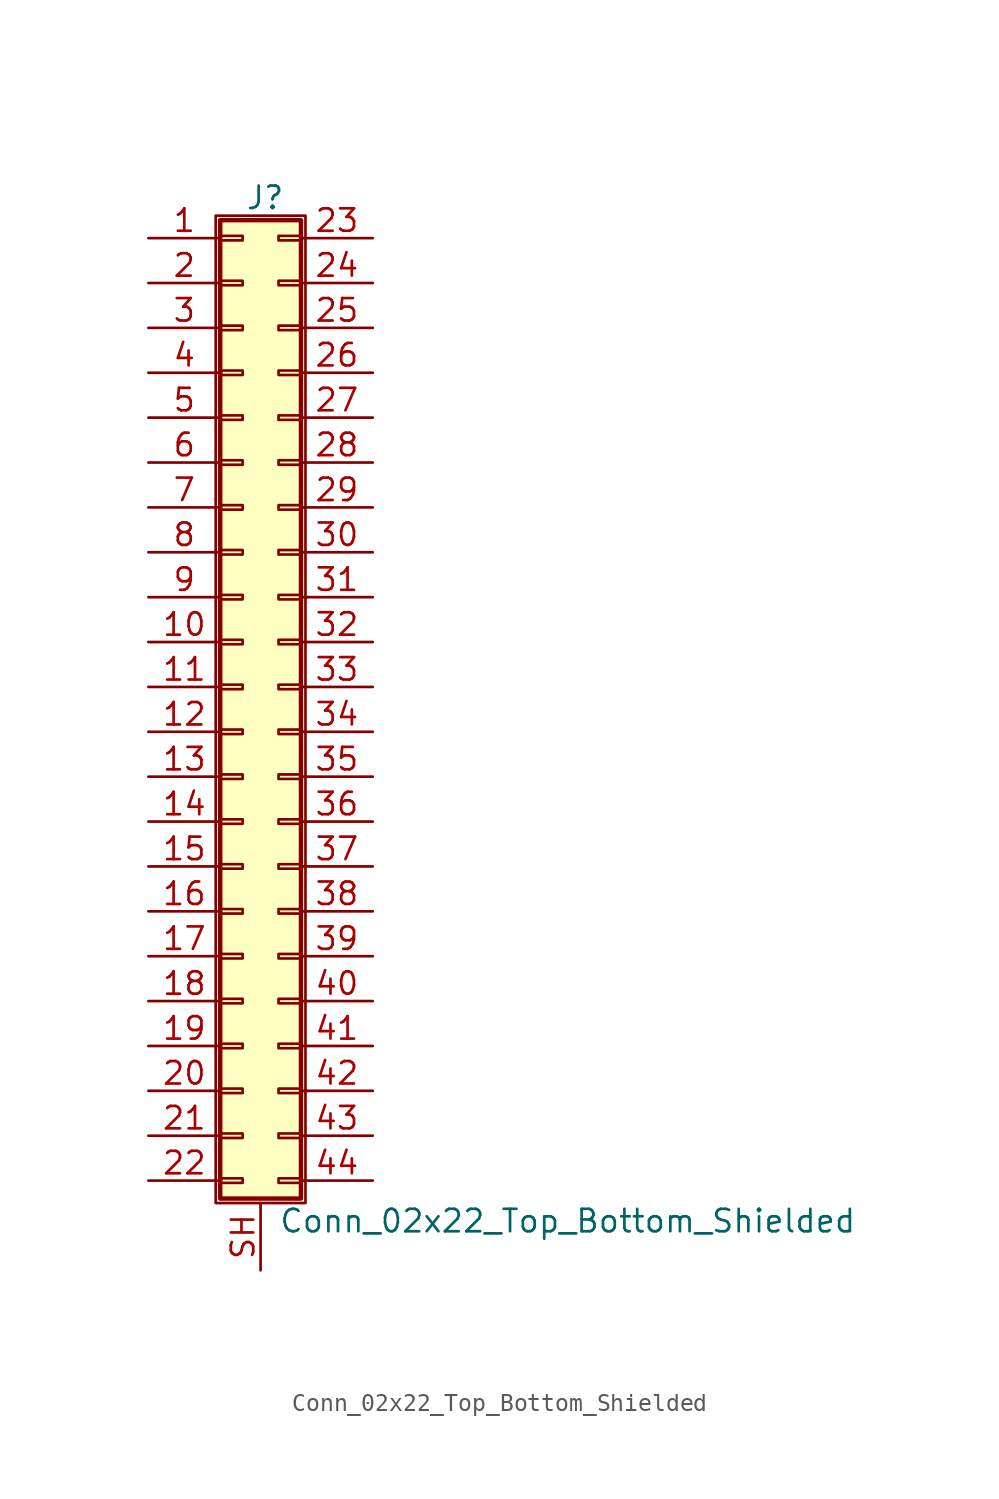
<source format=kicad_sym>
(kicad_symbol_lib
  (version 20211014)
  (generator kicad_symbol_editor)
  (symbol "Conn_02x22_Top_Bottom_Shielded"
    (pin_names
      (offset 1.016) hide)
    (property "Reference" "J"
      (at 1.524 27.686 0)
      (effects (font (size 1.27 1.27))))
    (property "Value" "Conn_02x22_Top_Bottom_Shielded"
      (at 2.286 -30.226 0)
      (effects (font (size 1.27 1.27)) (justify left)))
    (symbol "Conn_02x22_Top_Bottom_Shielded_1_1"
      (rectangle (start -1.27 26.67) (end 3.81 -29.21) (stroke (width 0.152) (type default) (color 0 0 0 0)) (fill (type none)))
      (rectangle (start -1.016 -27.813) (end 0.254 -28.067) (stroke (width 0.152) (type default) (color 0 0 0 0)) (fill (type none)))
      (rectangle (start -1.016 -25.273) (end 0.254 -25.527) (stroke (width 0.152) (type default) (color 0 0 0 0)) (fill (type none)))
      (rectangle (start -1.016 -22.733) (end 0.254 -22.987) (stroke (width 0.152) (type default) (color 0 0 0 0)) (fill (type none)))
      (rectangle (start -1.016 -20.193) (end 0.254 -20.447) (stroke (width 0.152) (type default) (color 0 0 0 0)) (fill (type none)))
      (rectangle (start -1.016 -17.653) (end 0.254 -17.907) (stroke (width 0.152) (type default) (color 0 0 0 0)) (fill (type none)))
      (rectangle (start -1.016 -15.113) (end 0.254 -15.367) (stroke (width 0.152) (type default) (color 0 0 0 0)) (fill (type none)))
      (rectangle (start -1.016 -12.573) (end 0.254 -12.827) (stroke (width 0.152) (type default) (color 0 0 0 0)) (fill (type none)))
      (rectangle (start -1.016 -10.033) (end 0.254 -10.287) (stroke (width 0.152) (type default) (color 0 0 0 0)) (fill (type none)))
      (rectangle (start -1.016 -7.493) (end 0.254 -7.747) (stroke (width 0.152) (type default) (color 0 0 0 0)) (fill (type none)))
      (rectangle (start -1.016 -4.953) (end 0.254 -5.207) (stroke (width 0.152) (type default) (color 0 0 0 0)) (fill (type none)))
      (rectangle (start -1.016 -2.413) (end 0.254 -2.667) (stroke (width 0.152) (type default) (color 0 0 0 0)) (fill (type none)))
      (rectangle (start -1.016 0.127) (end 0.254 -0.127) (stroke (width 0.152) (type default) (color 0 0 0 0)) (fill (type none)))
      (rectangle (start -1.016 2.667) (end 0.254 2.413) (stroke (width 0.152) (type default) (color 0 0 0 0)) (fill (type none)))
      (rectangle (start -1.016 5.207) (end 0.254 4.953) (stroke (width 0.152) (type default) (color 0 0 0 0)) (fill (type none)))
      (rectangle (start -1.016 7.747) (end 0.254 7.493) (stroke (width 0.152) (type default) (color 0 0 0 0)) (fill (type none)))
      (rectangle (start -1.016 10.287) (end 0.254 10.033) (stroke (width 0.152) (type default) (color 0 0 0 0)) (fill (type none)))
      (rectangle (start -1.016 12.827) (end 0.254 12.573) (stroke (width 0.152) (type default) (color 0 0 0 0)) (fill (type none)))
      (rectangle (start -1.016 15.367) (end 0.254 15.113) (stroke (width 0.152) (type default) (color 0 0 0 0)) (fill (type none)))
      (rectangle (start -1.016 17.907) (end 0.254 17.653) (stroke (width 0.152) (type default) (color 0 0 0 0)) (fill (type none)))
      (rectangle (start -1.016 20.447) (end 0.254 20.193) (stroke (width 0.152) (type default) (color 0 0 0 0)) (fill (type none)))
      (rectangle (start -1.016 22.987) (end 0.254 22.733) (stroke (width 0.152) (type default) (color 0 0 0 0)) (fill (type none)))
      (rectangle (start -1.016 25.527) (end 0.254 25.273) (stroke (width 0.152) (type default) (color 0 0 0 0)) (fill (type none)))
      (rectangle (start -1.016 26.416) (end 3.556 -28.956) (stroke (width 0.254) (type default) (color 0 0 0 0)) (fill (type background)))
      (rectangle (start 3.556 -27.813) (end 2.286 -28.067) (stroke (width 0.152) (type default) (color 0 0 0 0)) (fill (type none)))
      (rectangle (start 3.556 -25.273) (end 2.286 -25.527) (stroke (width 0.152) (type default) (color 0 0 0 0)) (fill (type none)))
      (rectangle (start 3.556 -22.733) (end 2.286 -22.987) (stroke (width 0.152) (type default) (color 0 0 0 0)) (fill (type none)))
      (rectangle (start 3.556 -20.193) (end 2.286 -20.447) (stroke (width 0.152) (type default) (color 0 0 0 0)) (fill (type none)))
      (rectangle (start 3.556 -17.653) (end 2.286 -17.907) (stroke (width 0.152) (type default) (color 0 0 0 0)) (fill (type none)))
      (rectangle (start 3.556 -15.113) (end 2.286 -15.367) (stroke (width 0.152) (type default) (color 0 0 0 0)) (fill (type none)))
      (rectangle (start 3.556 -12.573) (end 2.286 -12.827) (stroke (width 0.152) (type default) (color 0 0 0 0)) (fill (type none)))
      (rectangle (start 3.556 -10.033) (end 2.286 -10.287) (stroke (width 0.152) (type default) (color 0 0 0 0)) (fill (type none)))
      (rectangle (start 3.556 -7.493) (end 2.286 -7.747) (stroke (width 0.152) (type default) (color 0 0 0 0)) (fill (type none)))
      (rectangle (start 3.556 -4.953) (end 2.286 -5.207) (stroke (width 0.152) (type default) (color 0 0 0 0)) (fill (type none)))
      (rectangle (start 3.556 -2.413) (end 2.286 -2.667) (stroke (width 0.152) (type default) (color 0 0 0 0)) (fill (type none)))
      (rectangle (start 3.556 0.127) (end 2.286 -0.127) (stroke (width 0.152) (type default) (color 0 0 0 0)) (fill (type none)))
      (rectangle (start 3.556 2.667) (end 2.286 2.413) (stroke (width 0.152) (type default) (color 0 0 0 0)) (fill (type none)))
      (rectangle (start 3.556 5.207) (end 2.286 4.953) (stroke (width 0.152) (type default) (color 0 0 0 0)) (fill (type none)))
      (rectangle (start 3.556 7.747) (end 2.286 7.493) (stroke (width 0.152) (type default) (color 0 0 0 0)) (fill (type none)))
      (rectangle (start 3.556 10.287) (end 2.286 10.033) (stroke (width 0.152) (type default) (color 0 0 0 0)) (fill (type none)))
      (rectangle (start 3.556 12.827) (end 2.286 12.573) (stroke (width 0.152) (type default) (color 0 0 0 0)) (fill (type none)))
      (rectangle (start 3.556 15.367) (end 2.286 15.113) (stroke (width 0.152) (type default) (color 0 0 0 0)) (fill (type none)))
      (rectangle (start 3.556 17.907) (end 2.286 17.653) (stroke (width 0.152) (type default) (color 0 0 0 0)) (fill (type none)))
      (rectangle (start 3.556 20.447) (end 2.286 20.193) (stroke (width 0.152) (type default) (color 0 0 0 0)) (fill (type none)))
      (rectangle (start 3.556 22.987) (end 2.286 22.733) (stroke (width 0.152) (type default) (color 0 0 0 0)) (fill (type none)))
      (rectangle (start 3.556 25.527) (end 2.286 25.273) (stroke (width 0.152) (type default) (color 0 0 0 0)) (fill (type none)))
      (pin passive line (at -5.08 25.4 0) (length 4.064) (name "Pin_1" (effects (font (size 1.27 1.27)))) (number "1" (effects (font (size 1.27 1.27)))))
      (pin passive line (at -5.08 2.54 0) (length 4.064) (name "Pin_10" (effects (font (size 1.27 1.27)))) (number "10" (effects (font (size 1.27 1.27)))))
      (pin passive line (at -5.08 0 0) (length 4.064) (name "Pin_11" (effects (font (size 1.27 1.27)))) (number "11" (effects (font (size 1.27 1.27)))))
      (pin passive line (at -5.08 -2.54 0) (length 4.064) (name "Pin_12" (effects (font (size 1.27 1.27)))) (number "12" (effects (font (size 1.27 1.27)))))
      (pin passive line (at -5.08 -5.08 0) (length 4.064) (name "Pin_13" (effects (font (size 1.27 1.27)))) (number "13" (effects (font (size 1.27 1.27)))))
      (pin passive line (at -5.08 -7.62 0) (length 4.064) (name "Pin_14" (effects (font (size 1.27 1.27)))) (number "14" (effects (font (size 1.27 1.27)))))
      (pin passive line (at -5.08 -10.16 0) (length 4.064) (name "Pin_15" (effects (font (size 1.27 1.27)))) (number "15" (effects (font (size 1.27 1.27)))))
      (pin passive line (at -5.08 -12.7 0) (length 4.064) (name "Pin_16" (effects (font (size 1.27 1.27)))) (number "16" (effects (font (size 1.27 1.27)))))
      (pin passive line (at -5.08 -15.24 0) (length 4.064) (name "Pin_17" (effects (font (size 1.27 1.27)))) (number "17" (effects (font (size 1.27 1.27)))))
      (pin passive line (at -5.08 -17.78 0) (length 4.064) (name "Pin_18" (effects (font (size 1.27 1.27)))) (number "18" (effects (font (size 1.27 1.27)))))
      (pin passive line (at -5.08 -20.32 0) (length 4.064) (name "Pin_19" (effects (font (size 1.27 1.27)))) (number "19" (effects (font (size 1.27 1.27)))))
      (pin passive line (at -5.08 22.86 0) (length 4.064) (name "Pin_2" (effects (font (size 1.27 1.27)))) (number "2" (effects (font (size 1.27 1.27)))))
      (pin passive line (at -5.08 -22.86 0) (length 4.064) (name "Pin_20" (effects (font (size 1.27 1.27)))) (number "20" (effects (font (size 1.27 1.27)))))
      (pin passive line (at -5.08 -25.4 0) (length 4.064) (name "Pin_21" (effects (font (size 1.27 1.27)))) (number "21" (effects (font (size 1.27 1.27)))))
      (pin passive line (at -5.08 -27.94 0) (length 4.064) (name "Pin_22" (effects (font (size 1.27 1.27)))) (number "22" (effects (font (size 1.27 1.27)))))
      (pin passive line (at 7.62 25.4 180) (length 4.064) (name "Pin_23" (effects (font (size 1.27 1.27)))) (number "23" (effects (font (size 1.27 1.27)))))
      (pin passive line (at 7.62 22.86 180) (length 4.064) (name "Pin_24" (effects (font (size 1.27 1.27)))) (number "24" (effects (font (size 1.27 1.27)))))
      (pin passive line (at 7.62 20.32 180) (length 4.064) (name "Pin_25" (effects (font (size 1.27 1.27)))) (number "25" (effects (font (size 1.27 1.27)))))
      (pin passive line (at 7.62 17.78 180) (length 4.064) (name "Pin_26" (effects (font (size 1.27 1.27)))) (number "26" (effects (font (size 1.27 1.27)))))
      (pin passive line (at 7.62 15.24 180) (length 4.064) (name "Pin_27" (effects (font (size 1.27 1.27)))) (number "27" (effects (font (size 1.27 1.27)))))
      (pin passive line (at 7.62 12.7 180) (length 4.064) (name "Pin_28" (effects (font (size 1.27 1.27)))) (number "28" (effects (font (size 1.27 1.27)))))
      (pin passive line (at 7.62 10.16 180) (length 4.064) (name "Pin_29" (effects (font (size 1.27 1.27)))) (number "29" (effects (font (size 1.27 1.27)))))
      (pin passive line (at -5.08 20.32 0) (length 4.064) (name "Pin_3" (effects (font (size 1.27 1.27)))) (number "3" (effects (font (size 1.27 1.27)))))
      (pin passive line (at 7.62 7.62 180) (length 4.064) (name "Pin_30" (effects (font (size 1.27 1.27)))) (number "30" (effects (font (size 1.27 1.27)))))
      (pin passive line (at 7.62 5.08 180) (length 4.064) (name "Pin_31" (effects (font (size 1.27 1.27)))) (number "31" (effects (font (size 1.27 1.27)))))
      (pin passive line (at 7.62 2.54 180) (length 4.064) (name "Pin_32" (effects (font (size 1.27 1.27)))) (number "32" (effects (font (size 1.27 1.27)))))
      (pin passive line (at 7.62 0 180) (length 4.064) (name "Pin_33" (effects (font (size 1.27 1.27)))) (number "33" (effects (font (size 1.27 1.27)))))
      (pin passive line (at 7.62 -2.54 180) (length 4.064) (name "Pin_34" (effects (font (size 1.27 1.27)))) (number "34" (effects (font (size 1.27 1.27)))))
      (pin passive line (at 7.62 -5.08 180) (length 4.064) (name "Pin_35" (effects (font (size 1.27 1.27)))) (number "35" (effects (font (size 1.27 1.27)))))
      (pin passive line (at 7.62 -7.62 180) (length 4.064) (name "Pin_36" (effects (font (size 1.27 1.27)))) (number "36" (effects (font (size 1.27 1.27)))))
      (pin passive line (at 7.62 -10.16 180) (length 4.064) (name "Pin_37" (effects (font (size 1.27 1.27)))) (number "37" (effects (font (size 1.27 1.27)))))
      (pin passive line (at 7.62 -12.7 180) (length 4.064) (name "Pin_38" (effects (font (size 1.27 1.27)))) (number "38" (effects (font (size 1.27 1.27)))))
      (pin passive line (at 7.62 -15.24 180) (length 4.064) (name "Pin_39" (effects (font (size 1.27 1.27)))) (number "39" (effects (font (size 1.27 1.27)))))
      (pin passive line (at -5.08 17.78 0) (length 4.064) (name "Pin_4" (effects (font (size 1.27 1.27)))) (number "4" (effects (font (size 1.27 1.27)))))
      (pin passive line (at 7.62 -17.78 180) (length 4.064) (name "Pin_40" (effects (font (size 1.27 1.27)))) (number "40" (effects (font (size 1.27 1.27)))))
      (pin passive line (at 7.62 -20.32 180) (length 4.064) (name "Pin_41" (effects (font (size 1.27 1.27)))) (number "41" (effects (font (size 1.27 1.27)))))
      (pin passive line (at 7.62 -22.86 180) (length 4.064) (name "Pin_42" (effects (font (size 1.27 1.27)))) (number "42" (effects (font (size 1.27 1.27)))))
      (pin passive line (at 7.62 -25.4 180) (length 4.064) (name "Pin_43" (effects (font (size 1.27 1.27)))) (number "43" (effects (font (size 1.27 1.27)))))
      (pin passive line (at 7.62 -27.94 180) (length 4.064) (name "Pin_44" (effects (font (size 1.27 1.27)))) (number "44" (effects (font (size 1.27 1.27)))))
      (pin passive line (at -5.08 15.24 0) (length 4.064) (name "Pin_5" (effects (font (size 1.27 1.27)))) (number "5" (effects (font (size 1.27 1.27)))))
      (pin passive line (at -5.08 12.7 0) (length 4.064) (name "Pin_6" (effects (font (size 1.27 1.27)))) (number "6" (effects (font (size 1.27 1.27)))))
      (pin passive line (at -5.08 10.16 0) (length 4.064) (name "Pin_7" (effects (font (size 1.27 1.27)))) (number "7" (effects (font (size 1.27 1.27)))))
      (pin passive line (at -5.08 7.62 0) (length 4.064) (name "Pin_8" (effects (font (size 1.27 1.27)))) (number "8" (effects (font (size 1.27 1.27)))))
      (pin passive line (at -5.08 5.08 0) (length 4.064) (name "Pin_9" (effects (font (size 1.27 1.27)))) (number "9" (effects (font (size 1.27 1.27)))))
      (pin passive line (at 1.27 -33.02 90) (length 3.81) (name "Shield" (effects (font (size 1.27 1.27)))) (number "SH" (effects (font (size 1.27 1.27))))))))
</source>
